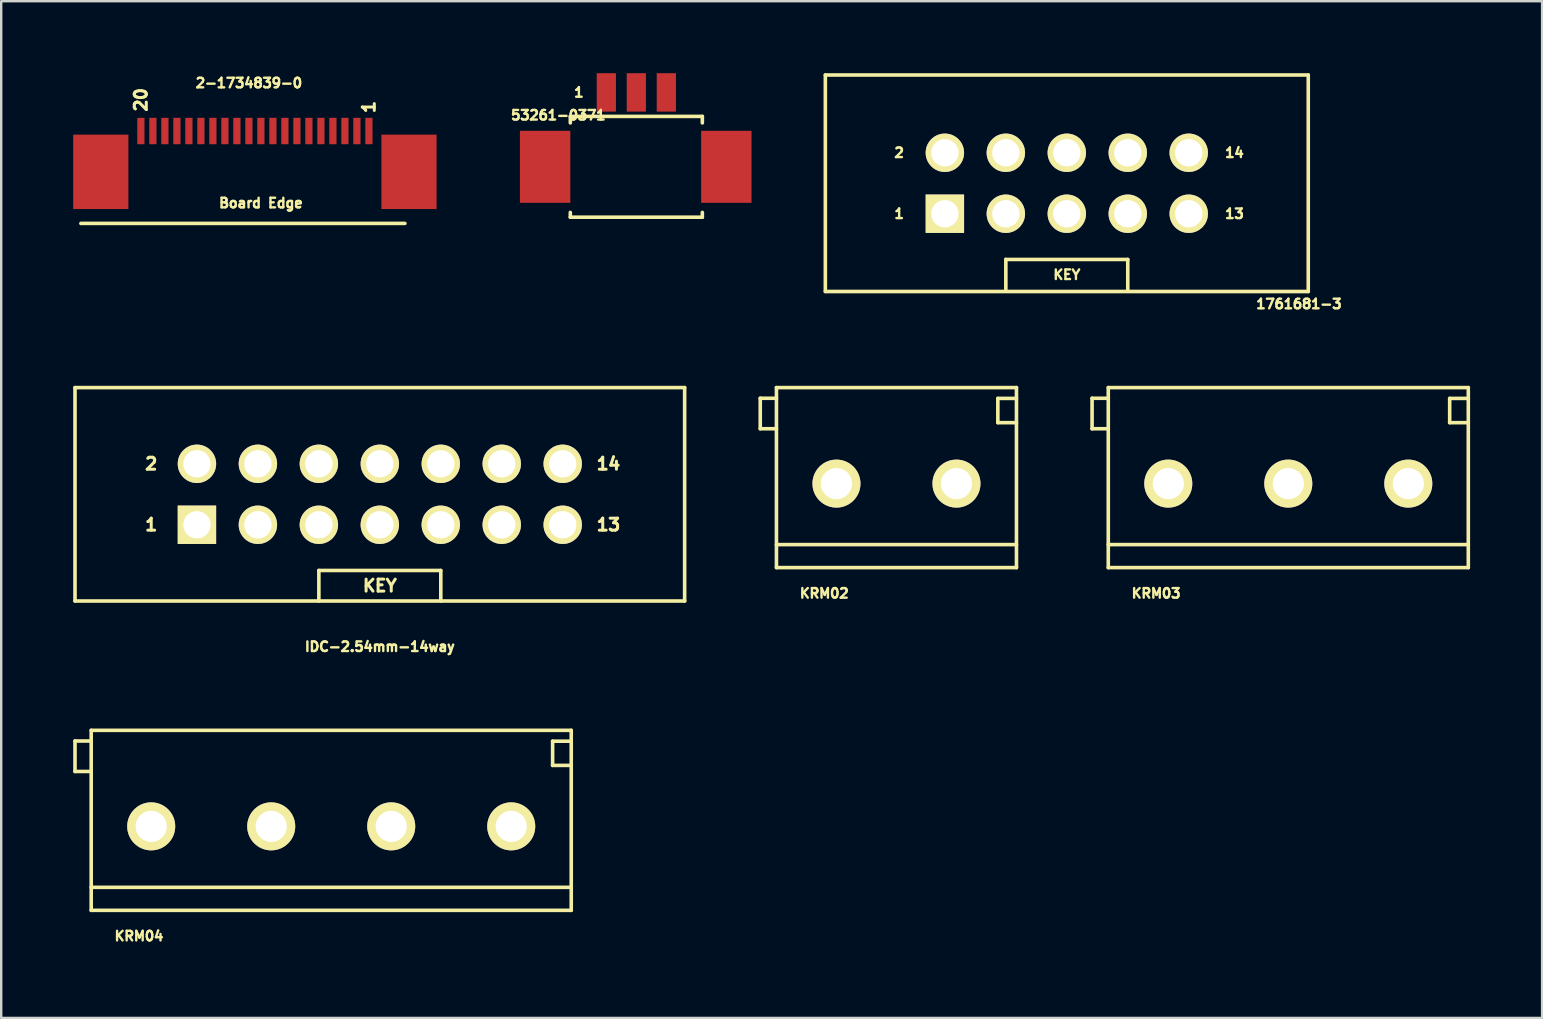
<source format=kicad_pcb>
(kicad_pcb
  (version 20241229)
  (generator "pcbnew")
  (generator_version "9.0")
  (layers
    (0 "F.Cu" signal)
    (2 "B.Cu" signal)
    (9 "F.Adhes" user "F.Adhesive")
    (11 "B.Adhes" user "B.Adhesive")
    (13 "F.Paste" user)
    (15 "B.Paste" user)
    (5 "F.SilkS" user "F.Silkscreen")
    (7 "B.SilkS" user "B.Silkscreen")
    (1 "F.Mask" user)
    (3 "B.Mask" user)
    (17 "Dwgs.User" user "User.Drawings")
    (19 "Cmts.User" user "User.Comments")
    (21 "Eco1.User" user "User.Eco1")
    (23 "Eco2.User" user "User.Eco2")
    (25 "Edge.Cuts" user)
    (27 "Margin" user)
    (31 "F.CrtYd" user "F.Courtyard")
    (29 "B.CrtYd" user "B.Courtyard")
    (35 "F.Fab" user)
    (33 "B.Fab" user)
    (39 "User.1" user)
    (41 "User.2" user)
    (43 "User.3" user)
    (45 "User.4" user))
  (footprint "KRM04"
    (layer "F.Cu")
    (at 3.25 31.379)
    (property "Reference" "KRM04" (at -0.508 4.572 0) (layer "F.SilkS") (effects (font (size 0.4 0.4) (thickness 0.1))))
    (attr through_hole)
    (fp_line (start -3.175 -3.556) (end -2.5 -3.556) (stroke (width 0.15) (type solid)) (layer "F.SilkS"))
    (fp_line (start -3.175 -2.286) (end -3.175 -3.556) (stroke (width 0.15) (type solid)) (layer "F.SilkS"))
    (fp_line (start -3.175 -2.286) (end -2.5 -2.286) (stroke (width 0.15) (type solid)) (layer "F.SilkS"))
    (fp_line (start -2.5 -4) (end -2.5 3.5) (stroke (width 0.15) (type solid)) (layer "F.SilkS"))
    (fp_line (start -2.5 -4) (end 17.5 -4) (stroke (width 0.15) (type solid)) (layer "F.SilkS"))
    (fp_line (start -2.5 2.54) (end 17.5 2.54) (stroke (width 0.15) (type solid)) (layer "F.SilkS"))
    (fp_line (start -2.5 3.5) (end 17.5 3.5) (stroke (width 0.15) (type solid)) (layer "F.SilkS"))
    (fp_line (start 16.724 -3.549) (end 16.724 -2.54) (stroke (width 0.15) (type solid)) (layer "F.SilkS"))
    (fp_line (start 16.724 -3.549) (end 17.5 -3.549) (stroke (width 0.15) (type solid)) (layer "F.SilkS"))
    (fp_line (start 16.724 -2.54) (end 17.5 -2.54) (stroke (width 0.15) (type solid)) (layer "F.SilkS"))
    (fp_line (start 17.5 -4) (end 17.5 3.5) (stroke (width 0.15) (type solid)) (layer "F.SilkS"))
    (pad "1" thru_hole circle (at 0 0) (size 2 2) (drill 1.3) (layers "*.Cu" "*.Mask" "F.SilkS"))
    (pad "2" thru_hole circle (at 5 0) (size 2 2) (drill 1.3) (layers "*.Cu" "*.Mask" "F.SilkS"))
    (pad "3" thru_hole circle (at 10 0) (size 2 2) (drill 1.3) (layers "*.Cu" "*.Mask" "F.SilkS"))
    (pad "4" thru_hole circle (at 15 0) (size 2 2) (drill 1.3) (layers "*.Cu" "*.Mask" "F.SilkS")))
  (footprint "KRM03"
    (layer "F.Cu")
    (at 45.625 17.099)
    (property "Reference" "KRM03" (at -0.508 4.572 0) (layer "F.SilkS") (effects (font (size 0.4 0.4) (thickness 0.1))))
    (attr through_hole)
    (fp_line (start -3.175 -3.556) (end -2.5 -3.556) (stroke (width 0.15) (type solid)) (layer "F.SilkS"))
    (fp_line (start -3.175 -2.286) (end -3.175 -3.556) (stroke (width 0.15) (type solid)) (layer "F.SilkS"))
    (fp_line (start -3.175 -2.286) (end -2.5 -2.286) (stroke (width 0.15) (type solid)) (layer "F.SilkS"))
    (fp_line (start -2.5 -4) (end -2.5 3.5) (stroke (width 0.15) (type solid)) (layer "F.SilkS"))
    (fp_line (start -2.5 -4) (end 12.5 -4) (stroke (width 0.15) (type solid)) (layer "F.SilkS"))
    (fp_line (start -2.5 2.54) (end 12.5 2.54) (stroke (width 0.15) (type solid)) (layer "F.SilkS"))
    (fp_line (start -2.5 3.5) (end 12.5 3.5) (stroke (width 0.15) (type solid)) (layer "F.SilkS"))
    (fp_line (start 11.724 -3.549) (end 11.724 -2.54) (stroke (width 0.15) (type solid)) (layer "F.SilkS"))
    (fp_line (start 11.724 -3.549) (end 12.5 -3.549) (stroke (width 0.15) (type solid)) (layer "F.SilkS"))
    (fp_line (start 11.724 -2.54) (end 12.5 -2.54) (stroke (width 0.15) (type solid)) (layer "F.SilkS"))
    (fp_line (start 12.5 -4) (end 12.5 3.5) (stroke (width 0.15) (type solid)) (layer "F.SilkS"))
    (pad "1" thru_hole circle (at 0 0) (size 2 2) (drill 1.3) (layers "*.Cu" "*.Mask" "F.SilkS"))
    (pad "2" thru_hole circle (at 5 0) (size 2 2) (drill 1.3) (layers "*.Cu" "*.Mask" "F.SilkS"))
    (pad "3" thru_hole circle (at 10 0) (size 2 2) (drill 1.3) (layers "*.Cu" "*.Mask" "F.SilkS")))
  (footprint "2-1734839-0"
    (layer "F.Cu")
    (at 2.82 2.409)
    (property "Reference" "2-1734839-0" (at 4.5 -2 0) (layer "F.SilkS") (effects (font (size 0.4 0.4) (thickness 0.1))))
    (attr through_hole)
    (fp_line (start -2.5 3.85) (end 11 3.85) (stroke (width 0.15) (type solid)) (layer "F.SilkS"))
    (fp_text user "1" (at 9.5 -1 90) (layer "F.SilkS") (effects (font (size 0.5 0.5) (thickness 0.125))))
    (fp_text user "Board Edge" (at 5 3 0) (layer "F.SilkS") (effects (font (size 0.4 0.4) (thickness 0.1))))
    (fp_text user "20" (at 0 -1.3 90) (layer "F.SilkS") (effects (font (size 0.5 0.5) (thickness 0.125))))
    (pad "1" smd rect (at 9.5 0) (size 0.3 1.1) (layers "F.Cu" "F.Mask" "F.Paste"))
    (pad "2" smd rect (at 9 0) (size 0.3 1.1) (layers "F.Cu" "F.Mask" "F.Paste"))
    (pad "3" smd rect (at 8.5 0) (size 0.3 1.1) (layers "F.Cu" "F.Mask" "F.Paste"))
    (pad "4" smd rect (at 8 0) (size 0.3 1.1) (layers "F.Cu" "F.Mask" "F.Paste"))
    (pad "5" smd rect (at 7.5 0) (size 0.3 1.1) (layers "F.Cu" "F.Mask" "F.Paste"))
    (pad "6" smd rect (at 7 0) (size 0.3 1.1) (layers "F.Cu" "F.Mask" "F.Paste"))
    (pad "7" smd rect (at 6.5 0) (size 0.3 1.1) (layers "F.Cu" "F.Mask" "F.Paste"))
    (pad "8" smd rect (at 6 0) (size 0.3 1.1) (layers "F.Cu" "F.Mask" "F.Paste"))
    (pad "9" smd rect (at 5.5 0) (size 0.3 1.1) (layers "F.Cu" "F.Mask" "F.Paste"))
    (pad "10" smd rect (at 5 0) (size 0.3 1.1) (layers "F.Cu" "F.Mask" "F.Paste"))
    (pad "11" smd rect (at 4.5 0) (size 0.3 1.1) (layers "F.Cu" "F.Mask" "F.Paste"))
    (pad "12" smd rect (at 4 0) (size 0.3 1.1) (layers "F.Cu" "F.Mask" "F.Paste"))
    (pad "13" smd rect (at 3.5 0) (size 0.3 1.1) (layers "F.Cu" "F.Mask" "F.Paste"))
    (pad "14" smd rect (at 3 0) (size 0.3 1.1) (layers "F.Cu" "F.Mask" "F.Paste"))
    (pad "15" smd rect (at 2.5 0) (size 0.3 1.1) (layers "F.Cu" "F.Mask" "F.Paste"))
    (pad "16" smd rect (at 2 0) (size 0.3 1.1) (layers "F.Cu" "F.Mask" "F.Paste"))
    (pad "17" smd rect (at 1.5 0) (size 0.3 1.1) (layers "F.Cu" "F.Mask" "F.Paste"))
    (pad "18" smd rect (at 1 0) (size 0.3 1.1) (layers "F.Cu" "F.Mask" "F.Paste"))
    (pad "19" smd rect (at 0.5 0) (size 0.3 1.1) (layers "F.Cu" "F.Mask" "F.Paste"))
    (pad "20" smd rect (at 0 0) (size 0.3 1.1) (layers "F.Cu" "F.Mask" "F.Paste"))
    (pad "21" smd rect (at -1.67 1.7) (size 2.3 3.1) (layers "F.Cu" "F.Mask" "F.Paste"))
    (pad "21" smd rect (at 11.17 1.7) (size 2.3 3.1) (layers "F.Cu" "F.Mask" "F.Paste")))
  (footprint "1761681-3"
    (layer "F.Cu")
    (at 41.397 4.585)
    (property "Reference" "1761681-3" (at 9.67 5.03 0) (layer "F.SilkS") (effects (font (size 0.4 0.4) (thickness 0.1))))
    (attr through_hole)
    (fp_line (start -10.06 -4.51) (end 10.06 -4.51) (stroke (width 0.15) (type solid)) (layer "F.SilkS"))
    (fp_line (start -10.06 4.51) (end -10.06 -4.51) (stroke (width 0.15) (type solid)) (layer "F.SilkS"))
    (fp_line (start -2.54 3.175) (end 2.54 3.175) (stroke (width 0.15) (type solid)) (layer "F.SilkS"))
    (fp_line (start -2.54 4.445) (end -2.54 3.175) (stroke (width 0.15) (type solid)) (layer "F.SilkS"))
    (fp_line (start 2.54 3.175) (end 2.54 4.445) (stroke (width 0.15) (type solid)) (layer "F.SilkS"))
    (fp_line (start 10.06 4.51) (end -10.06 4.51) (stroke (width 0.15) (type solid)) (layer "F.SilkS"))
    (fp_line (start 10.06 4.51) (end 10.06 -4.51) (stroke (width 0.15) (type solid)) (layer "F.SilkS"))
    (fp_text user "KEY" (at 0 3.81 0) (layer "F.SilkS") (effects (font (size 0.4 0.4) (thickness 0.1))))
    (fp_text user "1" (at -6.985 1.27 0) (layer "F.SilkS") (effects (font (size 0.4 0.4) (thickness 0.1))))
    (fp_text user "13" (at 6.985 1.27 0) (layer "F.SilkS") (effects (font (size 0.4 0.4) (thickness 0.1))))
    (fp_text user "2" (at -6.985 -1.27 0) (layer "F.SilkS") (effects (font (size 0.4 0.4) (thickness 0.1))))
    (fp_text user "14" (at 6.985 -1.27 0) (layer "F.SilkS") (effects (font (size 0.4 0.4) (thickness 0.1))))
    (pad "1" thru_hole rect (at -5.08 1.27) (size 1.6 1.6) (drill 1.14) (layers "*.Cu" "*.Mask" "F.SilkS"))
    (pad "2" thru_hole circle (at -5.08 -1.27) (size 1.6 1.6) (drill 1.14) (layers "*.Cu" "*.Mask" "F.SilkS"))
    (pad "3" thru_hole circle (at -2.54 1.27) (size 1.6 1.6) (drill 1.14) (layers "*.Cu" "*.Mask" "F.SilkS"))
    (pad "4" thru_hole circle (at -2.54 -1.27) (size 1.6 1.6) (drill 1.14) (layers "*.Cu" "*.Mask" "F.SilkS"))
    (pad "5" thru_hole circle (at 0 1.27) (size 1.6 1.6) (drill 1.14) (layers "*.Cu" "*.Mask" "F.SilkS"))
    (pad "6" thru_hole circle (at 0 -1.27) (size 1.6 1.6) (drill 1.14) (layers "*.Cu" "*.Mask" "F.SilkS"))
    (pad "7" thru_hole circle (at 2.54 1.27) (size 1.6 1.6) (drill 1.14) (layers "*.Cu" "*.Mask" "F.SilkS"))
    (pad "8" thru_hole circle (at 2.54 -1.27) (size 1.6 1.6) (drill 1.14) (layers "*.Cu" "*.Mask" "F.SilkS"))
    (pad "9" thru_hole circle (at 5.08 1.27) (size 1.6 1.6) (drill 1.14) (layers "*.Cu" "*.Mask" "F.SilkS"))
    (pad "10" thru_hole circle (at 5.08 -1.27) (size 1.6 1.6) (drill 1.14) (layers "*.Cu" "*.Mask" "F.SilkS")))
  (footprint "IDC-2.54mm-14way"
    (layer "F.Cu")
    (at 12.775 17.544)
    (property "Reference" "IDC-2.54mm-14way" (at 0 6.35 0) (layer "F.SilkS") (effects (font (size 0.4 0.4) (thickness 0.1))))
    (attr through_hole)
    (fp_line (start -12.7 -4.445) (end 12.7 -4.445) (stroke (width 0.15) (type solid)) (layer "F.SilkS"))
    (fp_line (start -12.7 4.445) (end -12.7 -4.445) (stroke (width 0.15) (type solid)) (layer "F.SilkS"))
    (fp_line (start -2.54 3.175) (end 2.54 3.175) (stroke (width 0.15) (type solid)) (layer "F.SilkS"))
    (fp_line (start -2.54 4.445) (end -2.54 3.175) (stroke (width 0.15) (type solid)) (layer "F.SilkS"))
    (fp_line (start 2.54 3.175) (end 2.54 4.445) (stroke (width 0.15) (type solid)) (layer "F.SilkS"))
    (fp_line (start 12.7 -4.445) (end 12.7 4.445) (stroke (width 0.15) (type solid)) (layer "F.SilkS"))
    (fp_line (start 12.7 4.445) (end -12.7 4.445) (stroke (width 0.15) (type solid)) (layer "F.SilkS"))
    (fp_text user "1" (at -9.525 1.27 0) (layer "F.SilkS") (effects (font (size 0.5 0.5) (thickness 0.125))))
    (fp_text user "2" (at -9.525 -1.27 0) (layer "F.SilkS") (effects (font (size 0.5 0.5) (thickness 0.125))))
    (fp_text user "KEY" (at 0 3.81 0) (layer "F.SilkS") (effects (font (size 0.5 0.5) (thickness 0.125))))
    (fp_text user "13" (at 9.525 1.27 0) (layer "F.SilkS") (effects (font (size 0.5 0.5) (thickness 0.125))))
    (fp_text user "14" (at 9.525 -1.27 0) (layer "F.SilkS") (effects (font (size 0.5 0.5) (thickness 0.125))))
    (pad "1" thru_hole rect (at -7.62 1.27) (size 1.6 1.6) (drill 1.14) (layers "*.Cu" "*.Mask" "F.SilkS"))
    (pad "2" thru_hole circle (at -7.62 -1.27) (size 1.6 1.6) (drill 1.14) (layers "*.Cu" "*.Mask" "F.SilkS"))
    (pad "3" thru_hole circle (at -5.08 1.27) (size 1.6 1.6) (drill 1.14) (layers "*.Cu" "*.Mask" "F.SilkS"))
    (pad "4" thru_hole circle (at -5.08 -1.27) (size 1.6 1.6) (drill 1.14) (layers "*.Cu" "*.Mask" "F.SilkS"))
    (pad "5" thru_hole circle (at -2.54 1.27) (size 1.6 1.6) (drill 1.14) (layers "*.Cu" "*.Mask" "F.SilkS"))
    (pad "6" thru_hole circle (at -2.54 -1.27) (size 1.6 1.6) (drill 1.14) (layers "*.Cu" "*.Mask" "F.SilkS"))
    (pad "7" thru_hole circle (at 0 1.27) (size 1.6 1.6) (drill 1.14) (layers "*.Cu" "*.Mask" "F.SilkS"))
    (pad "8" thru_hole circle (at 0 -1.27) (size 1.6 1.6) (drill 1.14) (layers "*.Cu" "*.Mask" "F.SilkS"))
    (pad "9" thru_hole circle (at 2.54 1.27) (size 1.6 1.6) (drill 1.14) (layers "*.Cu" "*.Mask" "F.SilkS"))
    (pad "10" thru_hole circle (at 2.54 -1.27) (size 1.6 1.6) (drill 1.14) (layers "*.Cu" "*.Mask" "F.SilkS"))
    (pad "11" thru_hole circle (at 5.08 1.27) (size 1.6 1.6) (drill 1.14) (layers "*.Cu" "*.Mask" "F.SilkS"))
    (pad "12" thru_hole circle (at 5.08 -1.27) (size 1.6 1.6) (drill 1.14) (layers "*.Cu" "*.Mask" "F.SilkS"))
    (pad "13" thru_hole circle (at 7.62 1.27) (size 1.6 1.6) (drill 1.14) (layers "*.Cu" "*.Mask" "F.SilkS"))
    (pad "14" thru_hole circle (at 7.62 -1.27) (size 1.6 1.6) (drill 1.14) (layers "*.Cu" "*.Mask" "F.SilkS")))
  (footprint "53261-0371"
    (layer "F.Cu")
    (at 23.462 3.8)
    (property "Reference" "53261-0371" (at -3.25 -2.05 0) (layer "F.SilkS") (effects (font (size 0.4 0.4) (thickness 0.1))))
    (attr through_hole)
    (fp_line (start -2.75 -2) (end -2.75 -1.73) (stroke (width 0.15) (type solid)) (layer "F.SilkS"))
    (fp_line (start -2.75 -2) (end 2.75 -2) (stroke (width 0.15) (type solid)) (layer "F.SilkS"))
    (fp_line (start -2.75 2.2) (end -2.75 2) (stroke (width 0.15) (type solid)) (layer "F.SilkS"))
    (fp_line (start -2.75 2.2) (end 2.75 2.2) (stroke (width 0.15) (type solid)) (layer "F.SilkS"))
    (fp_line (start 2.75 -2) (end 2.75 -1.73) (stroke (width 0.15) (type solid)) (layer "F.SilkS"))
    (fp_line (start 2.75 2.2) (end 2.75 2) (stroke (width 0.15) (type solid)) (layer "F.SilkS"))
    (fp_text user "1" (at -2.393 -3 0) (layer "F.SilkS") (effects (font (size 0.4 0.4) (thickness 0.1))))
    (pad "1" smd rect (at -1.25 -3) (size 0.8 1.6) (layers "F.Cu" "F.Mask" "F.Paste"))
    (pad "2" smd rect (at 0 -3) (size 0.8 1.6) (layers "F.Cu" "F.Mask" "F.Paste"))
    (pad "3" smd rect (at 1.25 -3) (size 0.8 1.6) (layers "F.Cu" "F.Mask" "F.Paste"))
    (pad "4" smd rect (at -3.8 0.1) (size 2.1 3) (layers "F.Cu" "F.Mask" "F.Paste"))
    (pad "4" smd rect (at 3.75 0.1) (size 2.1 3) (layers "F.Cu" "F.Mask" "F.Paste")))
  (footprint "KRM02"
    (layer "F.Cu")
    (at 31.8 17.099)
    (property "Reference" "KRM02" (at -0.508 4.572 0) (layer "F.SilkS") (effects (font (size 0.4 0.4) (thickness 0.1))))
    (attr through_hole)
    (fp_line (start -3.175 -3.556) (end -2.5 -3.556) (stroke (width 0.15) (type solid)) (layer "F.SilkS"))
    (fp_line (start -3.175 -2.286) (end -3.175 -3.556) (stroke (width 0.15) (type solid)) (layer "F.SilkS"))
    (fp_line (start -3.175 -2.286) (end -2.5 -2.286) (stroke (width 0.15) (type solid)) (layer "F.SilkS"))
    (fp_line (start -2.5 -4) (end -2.5 3.5) (stroke (width 0.15) (type solid)) (layer "F.SilkS"))
    (fp_line (start -2.5 -4) (end 7.5 -4) (stroke (width 0.15) (type solid)) (layer "F.SilkS"))
    (fp_line (start -2.5 2.54) (end 7.5 2.54) (stroke (width 0.15) (type solid)) (layer "F.SilkS"))
    (fp_line (start -2.5 3.5) (end 7.5 3.5) (stroke (width 0.15) (type solid)) (layer "F.SilkS"))
    (fp_line (start 6.724 -3.549) (end 6.724 -2.54) (stroke (width 0.15) (type solid)) (layer "F.SilkS"))
    (fp_line (start 6.724 -3.549) (end 7.5 -3.549) (stroke (width 0.15) (type solid)) (layer "F.SilkS"))
    (fp_line (start 6.724 -2.54) (end 7.5 -2.54) (stroke (width 0.15) (type solid)) (layer "F.SilkS"))
    (fp_line (start 7.5 -4) (end 7.5 3.5) (stroke (width 0.15) (type solid)) (layer "F.SilkS"))
    (pad "1" thru_hole circle (at 0 0) (size 2 2) (drill 1.3) (layers "*.Cu" "*.Mask" "F.SilkS"))
    (pad "2" thru_hole circle (at 5 0) (size 2 2) (drill 1.3) (layers "*.Cu" "*.Mask" "F.SilkS")))
  (gr_rect
    (start -3 -3)
    (end 61.2 39.361)
    (stroke (width 0.1) (type default))
    (fill no)
    (layer "Edge.Cuts")))
</source>
